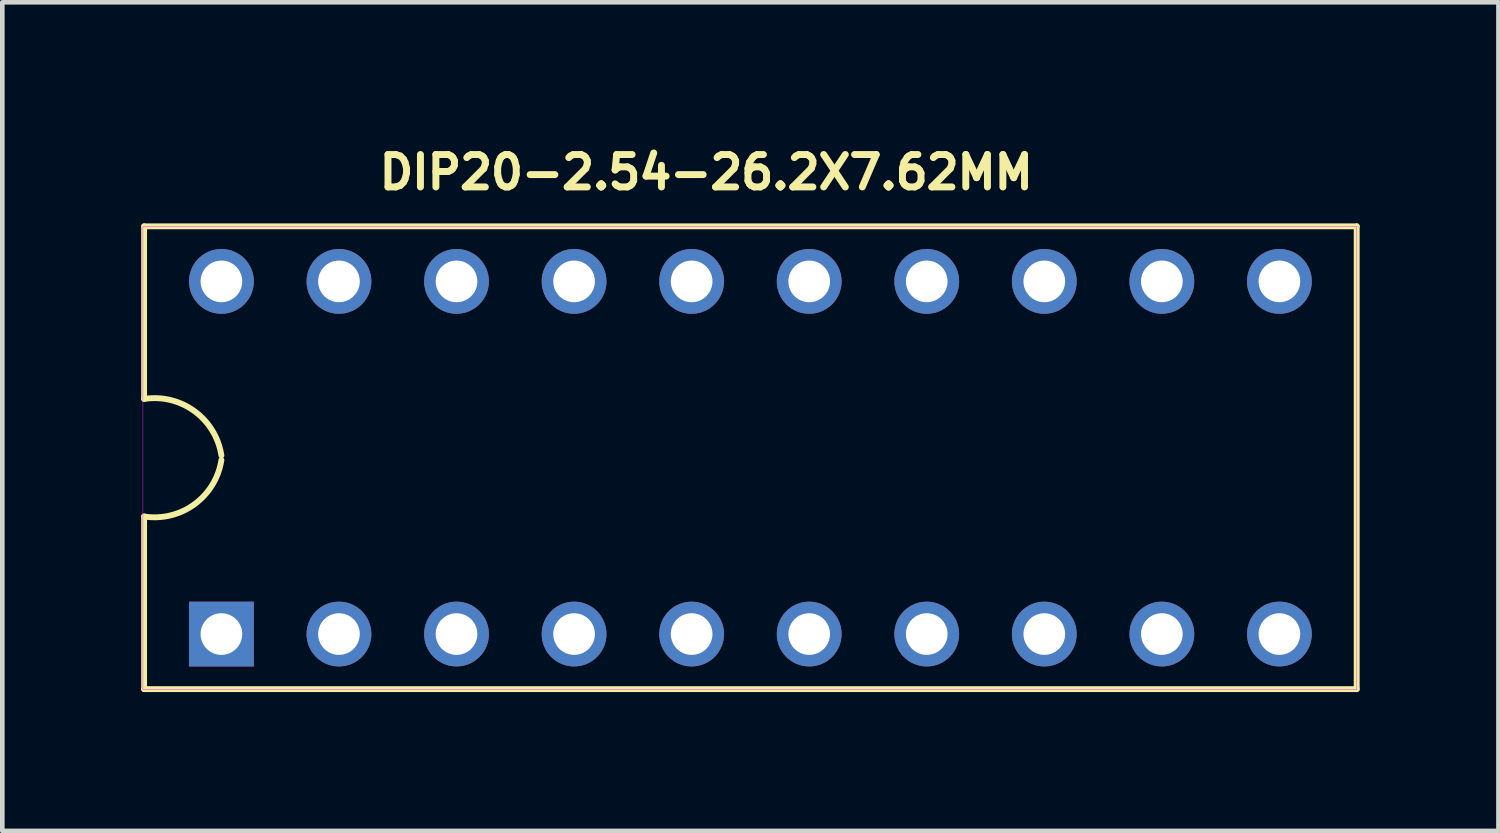
<source format=kicad_pcb>
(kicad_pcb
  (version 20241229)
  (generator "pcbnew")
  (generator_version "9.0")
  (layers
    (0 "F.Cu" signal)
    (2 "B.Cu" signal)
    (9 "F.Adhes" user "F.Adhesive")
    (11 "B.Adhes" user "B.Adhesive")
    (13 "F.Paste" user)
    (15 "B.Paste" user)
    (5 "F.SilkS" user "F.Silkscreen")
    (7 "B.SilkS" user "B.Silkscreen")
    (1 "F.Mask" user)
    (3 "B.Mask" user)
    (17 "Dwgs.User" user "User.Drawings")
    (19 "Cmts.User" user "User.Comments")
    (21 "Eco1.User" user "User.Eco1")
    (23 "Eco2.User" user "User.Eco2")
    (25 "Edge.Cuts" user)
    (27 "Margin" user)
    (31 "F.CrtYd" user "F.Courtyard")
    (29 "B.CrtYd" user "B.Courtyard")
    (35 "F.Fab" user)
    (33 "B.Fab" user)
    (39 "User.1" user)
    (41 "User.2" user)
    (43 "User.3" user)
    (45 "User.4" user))
  (footprint "DIP20-2.54-26.2X7.62MM"
    (layer "F.Cu")
    (at 13.164 6.84)
    (property "Reference" "DIP20-2.54-26.2X7.62MM" (at -0.954 -6.167 0) (layer "F.SilkS") (effects (font (size 0.701 0.701) (thickness 0.15))))
    (attr through_hole)
    (fp_line (start -13.1 -5) (end 13.1 -5) (stroke (width 0.127) (type solid)) (layer "F.SilkS"))
    (fp_line (start -13.1 -1.27) (end -13.1 -5) (stroke (width 0.127) (type solid)) (layer "F.SilkS"))
    (fp_line (start -13.1 5) (end -13.1 1.27) (stroke (width 0.127) (type solid)) (layer "F.SilkS"))
    (fp_line (start 13.1 -5) (end 13.1 5) (stroke (width 0.127) (type solid)) (layer "F.SilkS"))
    (fp_line (start 13.1 5) (end -13.1 5) (stroke (width 0.127) (type solid)) (layer "F.SilkS"))
    (fp_arc (start -13.1 -1.27) (mid -12.01233 -1.005868) (end -11.43 -0.05) (stroke (width 0.127) (type solid)) (layer "F.SilkS"))
    (fp_arc (start -11.43 0.05) (mid -12.01233 1.005868) (end -13.1 1.27) (stroke (width 0.127) (type solid)) (layer "F.SilkS"))
    (fp_poly (pts (xy -13.126 -5) (xy 13.1 -5) (xy 13.1 5.01) (xy -13.126 5.01)) (stroke (width 0.01) (type solid)) (fill no) (layer "F.CrtYd"))
    (pad "1" thru_hole rect (at -11.43 3.81) (size 1.4 1.4) (drill 0.9) (layers "*.Cu" "*.Mask"))
    (pad "2" thru_hole circle (at -8.89 3.81) (size 1.4 1.4) (drill 0.9) (layers "*.Cu" "*.Mask"))
    (pad "3" thru_hole circle (at -6.35 3.81) (size 1.4 1.4) (drill 0.9) (layers "*.Cu" "*.Mask"))
    (pad "4" thru_hole circle (at -3.81 3.81) (size 1.4 1.4) (drill 0.9) (layers "*.Cu" "*.Mask"))
    (pad "5" thru_hole circle (at -1.27 3.81) (size 1.4 1.4) (drill 0.9) (layers "*.Cu" "*.Mask"))
    (pad "6" thru_hole circle (at 1.27 3.81) (size 1.4 1.4) (drill 0.9) (layers "*.Cu" "*.Mask"))
    (pad "7" thru_hole circle (at 3.81 3.81) (size 1.4 1.4) (drill 0.9) (layers "*.Cu" "*.Mask"))
    (pad "8" thru_hole circle (at 6.35 3.81) (size 1.4 1.4) (drill 0.9) (layers "*.Cu" "*.Mask"))
    (pad "9" thru_hole circle (at 8.89 3.81) (size 1.4 1.4) (drill 0.9) (layers "*.Cu" "*.Mask"))
    (pad "10" thru_hole circle (at 11.43 3.81) (size 1.4 1.4) (drill 0.9) (layers "*.Cu" "*.Mask"))
    (pad "11" thru_hole circle (at 11.43 -3.81) (size 1.4 1.4) (drill 0.9) (layers "*.Cu" "*.Mask"))
    (pad "12" thru_hole circle (at 8.89 -3.81) (size 1.4 1.4) (drill 0.9) (layers "*.Cu" "*.Mask"))
    (pad "13" thru_hole circle (at 6.35 -3.81) (size 1.4 1.4) (drill 0.9) (layers "*.Cu" "*.Mask"))
    (pad "14" thru_hole circle (at 3.81 -3.81) (size 1.4 1.4) (drill 0.9) (layers "*.Cu" "*.Mask"))
    (pad "15" thru_hole circle (at 1.27 -3.81) (size 1.4 1.4) (drill 0.9) (layers "*.Cu" "*.Mask"))
    (pad "16" thru_hole circle (at -1.27 -3.81) (size 1.4 1.4) (drill 0.9) (layers "*.Cu" "*.Mask"))
    (pad "17" thru_hole circle (at -3.81 -3.81) (size 1.4 1.4) (drill 0.9) (layers "*.Cu" "*.Mask"))
    (pad "18" thru_hole circle (at -6.35 -3.81) (size 1.4 1.4) (drill 0.9) (layers "*.Cu" "*.Mask"))
    (pad "19" thru_hole circle (at -8.89 -3.81) (size 1.4 1.4) (drill 0.9) (layers "*.Cu" "*.Mask"))
    (pad "20" thru_hole circle (at -11.43 -3.81) (size 1.4 1.4) (drill 0.9) (layers "*.Cu" "*.Mask")))
  (gr_rect
    (start -3 -3)
    (end 29.327 14.904)
    (stroke (width 0.1) (type default))
    (fill no)
    (layer "Edge.Cuts")))
</source>
